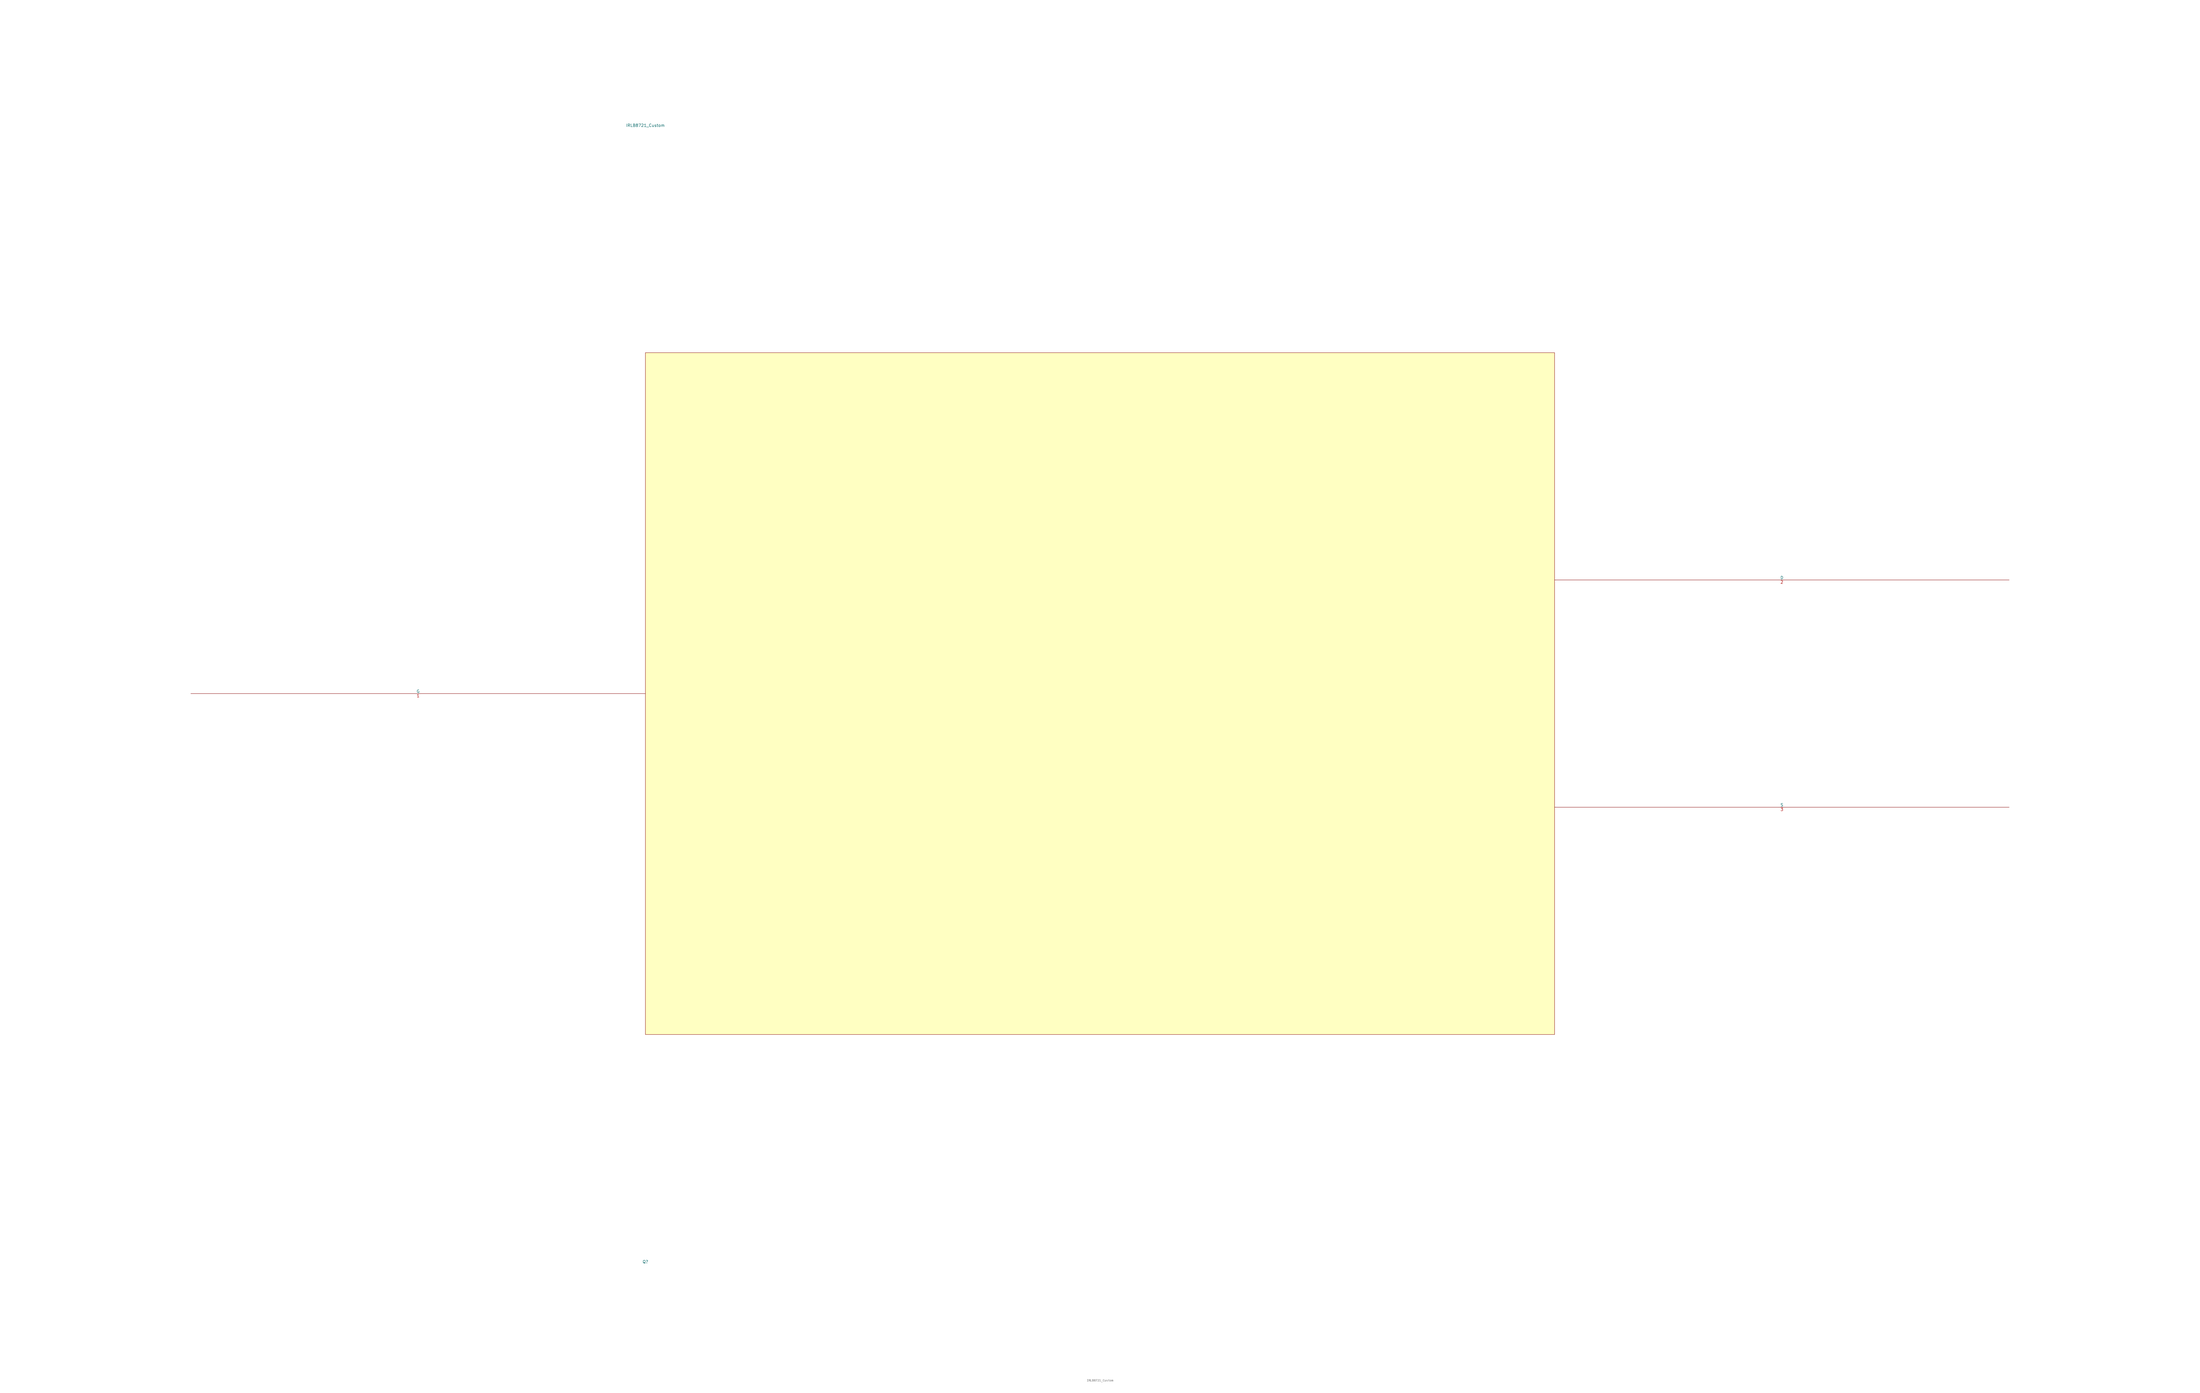
<source format=kicad_sym>
(kicad_symbol_lib
  (version 20211014)
  (generator ChatGPT)
  (symbol "IRLB8721_Custom"
    (pin_names
      (offset 0))
    (property "Reference" "Q"
      (at 0 -250.0 0)
      (effects (font (size 1.27 1.27))))
    (property "Value" "IRLB8721_Custom"
      (at 0 250.0 0)
      (effects (font (size 1.27 1.27))))
    (property "Footprint" ""
      (at 0 0 0)
      (effects (font (size 1.27 1.27))))
    (property "Datasheet" ""
      (at 0 0 0)
      (effects (font (size 1.27 1.27))))
    (rectangle
      (start 0 150.0)
      (end 400 -150.0)
      (stroke (width 0.15) (type solid))
      (fill (type background)))
    (pin passive line
      (at 0 0 180)
      (length 200)
      (name "G" (effects (font (size 1.27 1.27))))
      (number "1" (effects (font (size 1.27 1.27)))))
    (pin passive line
      (at 400 50.0 0)
      (length 200)
      (name "D" (effects (font (size 1.27 1.27))))
      (number "2" (effects (font (size 1.27 1.27)))))
    (pin passive line
      (at 400 -50.0 0)
      (length 200)
      (name "S" (effects (font (size 1.27 1.27))))
      (number "3" (effects (font (size 1.27 1.27)))))))
</source>
